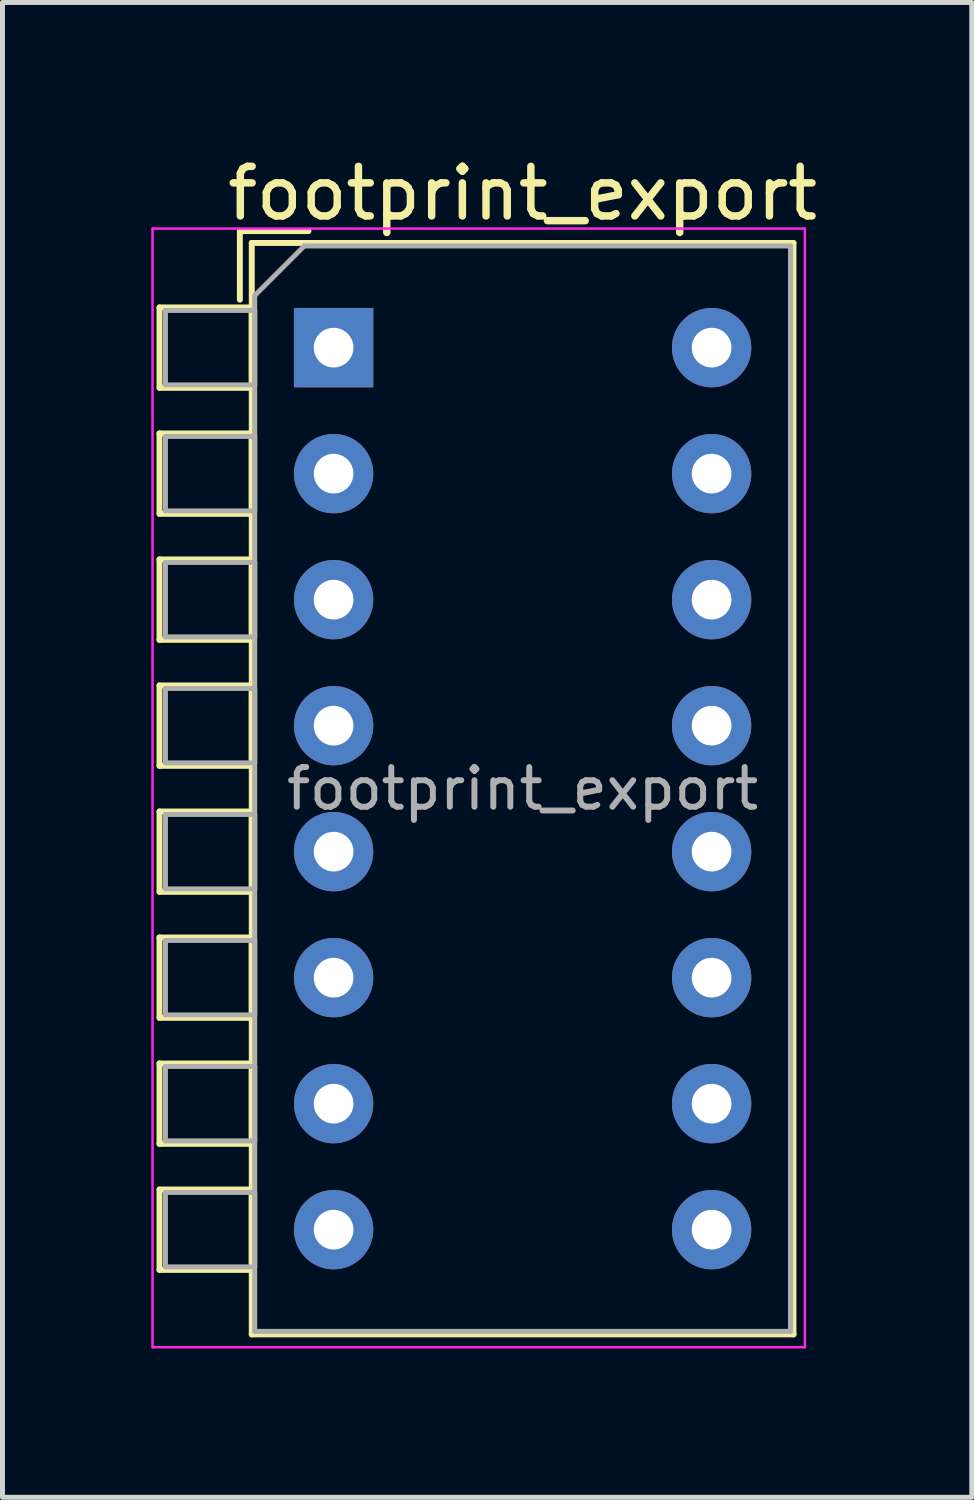
<source format=kicad_pcb>
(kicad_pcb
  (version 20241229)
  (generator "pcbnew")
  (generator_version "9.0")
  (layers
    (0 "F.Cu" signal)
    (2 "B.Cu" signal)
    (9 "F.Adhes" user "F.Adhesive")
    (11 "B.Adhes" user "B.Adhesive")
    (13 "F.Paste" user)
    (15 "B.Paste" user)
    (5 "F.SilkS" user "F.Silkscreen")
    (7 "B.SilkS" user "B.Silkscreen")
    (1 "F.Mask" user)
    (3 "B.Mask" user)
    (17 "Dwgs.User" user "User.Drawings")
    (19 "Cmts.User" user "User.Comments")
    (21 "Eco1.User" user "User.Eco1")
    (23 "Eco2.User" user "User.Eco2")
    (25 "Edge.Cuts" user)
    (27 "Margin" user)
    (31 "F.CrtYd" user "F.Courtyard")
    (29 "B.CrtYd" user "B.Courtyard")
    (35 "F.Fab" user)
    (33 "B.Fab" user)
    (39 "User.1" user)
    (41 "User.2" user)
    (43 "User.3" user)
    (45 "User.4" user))
  (footprint "footprint_export"
    (layer "F.Cu")
    (at 3.675 3.958)
    (property "Reference" "footprint_export" (at 3.81 -3.11 0) (layer "F.SilkS") (effects (font (size 1 1) (thickness 0.15))))
    (attr through_hole)
    (fp_line (start -3.51 -0.81) (end -3.51 0.81) (stroke (width 0.12) (type solid)) (layer "F.SilkS"))
    (fp_line (start -3.51 -0.81) (end -1.65 -0.81) (stroke (width 0.12) (type solid)) (layer "F.SilkS"))
    (fp_line (start -3.51 0.81) (end -1.65 0.81) (stroke (width 0.12) (type solid)) (layer "F.SilkS"))
    (fp_line (start -3.51 1.73) (end -3.51 3.35) (stroke (width 0.12) (type solid)) (layer "F.SilkS"))
    (fp_line (start -3.51 1.73) (end -1.65 1.73) (stroke (width 0.12) (type solid)) (layer "F.SilkS"))
    (fp_line (start -3.51 3.35) (end -1.65 3.35) (stroke (width 0.12) (type solid)) (layer "F.SilkS"))
    (fp_line (start -3.51 4.27) (end -3.51 5.89) (stroke (width 0.12) (type solid)) (layer "F.SilkS"))
    (fp_line (start -3.51 4.27) (end -1.65 4.27) (stroke (width 0.12) (type solid)) (layer "F.SilkS"))
    (fp_line (start -3.51 5.89) (end -1.65 5.89) (stroke (width 0.12) (type solid)) (layer "F.SilkS"))
    (fp_line (start -3.51 6.81) (end -3.51 8.43) (stroke (width 0.12) (type solid)) (layer "F.SilkS"))
    (fp_line (start -3.51 6.81) (end -1.65 6.81) (stroke (width 0.12) (type solid)) (layer "F.SilkS"))
    (fp_line (start -3.51 8.43) (end -1.65 8.43) (stroke (width 0.12) (type solid)) (layer "F.SilkS"))
    (fp_line (start -3.51 9.35) (end -3.51 10.97) (stroke (width 0.12) (type solid)) (layer "F.SilkS"))
    (fp_line (start -3.51 9.35) (end -1.65 9.35) (stroke (width 0.12) (type solid)) (layer "F.SilkS"))
    (fp_line (start -3.51 10.97) (end -1.65 10.97) (stroke (width 0.12) (type solid)) (layer "F.SilkS"))
    (fp_line (start -3.51 11.89) (end -3.51 13.51) (stroke (width 0.12) (type solid)) (layer "F.SilkS"))
    (fp_line (start -3.51 11.89) (end -1.65 11.89) (stroke (width 0.12) (type solid)) (layer "F.SilkS"))
    (fp_line (start -3.51 13.51) (end -1.65 13.51) (stroke (width 0.12) (type solid)) (layer "F.SilkS"))
    (fp_line (start -3.51 14.43) (end -3.51 16.05) (stroke (width 0.12) (type solid)) (layer "F.SilkS"))
    (fp_line (start -3.51 14.43) (end -1.65 14.43) (stroke (width 0.12) (type solid)) (layer "F.SilkS"))
    (fp_line (start -3.51 16.05) (end -1.65 16.05) (stroke (width 0.12) (type solid)) (layer "F.SilkS"))
    (fp_line (start -3.51 16.971) (end -3.51 18.591) (stroke (width 0.12) (type solid)) (layer "F.SilkS"))
    (fp_line (start -3.51 16.971) (end -1.65 16.971) (stroke (width 0.12) (type solid)) (layer "F.SilkS"))
    (fp_line (start -3.51 18.591) (end -1.65 18.591) (stroke (width 0.12) (type solid)) (layer "F.SilkS"))
    (fp_line (start -1.89 -2.35) (end -1.89 -0.967) (stroke (width 0.12) (type solid)) (layer "F.SilkS"))
    (fp_line (start -1.89 -2.35) (end -0.507 -2.35) (stroke (width 0.12) (type solid)) (layer "F.SilkS"))
    (fp_line (start -1.65 -2.11) (end -1.65 19.891) (stroke (width 0.12) (type solid)) (layer "F.SilkS"))
    (fp_line (start -1.65 -2.11) (end 9.27 -2.11) (stroke (width 0.12) (type solid)) (layer "F.SilkS"))
    (fp_line (start -1.65 -0.81) (end -1.65 0.81) (stroke (width 0.12) (type solid)) (layer "F.SilkS"))
    (fp_line (start -1.65 1.73) (end -1.65 3.35) (stroke (width 0.12) (type solid)) (layer "F.SilkS"))
    (fp_line (start -1.65 4.27) (end -1.65 5.89) (stroke (width 0.12) (type solid)) (layer "F.SilkS"))
    (fp_line (start -1.65 6.81) (end -1.65 8.43) (stroke (width 0.12) (type solid)) (layer "F.SilkS"))
    (fp_line (start -1.65 9.35) (end -1.65 10.97) (stroke (width 0.12) (type solid)) (layer "F.SilkS"))
    (fp_line (start -1.65 11.89) (end -1.65 13.51) (stroke (width 0.12) (type solid)) (layer "F.SilkS"))
    (fp_line (start -1.65 14.43) (end -1.65 16.05) (stroke (width 0.12) (type solid)) (layer "F.SilkS"))
    (fp_line (start -1.65 16.971) (end -1.65 18.591) (stroke (width 0.12) (type solid)) (layer "F.SilkS"))
    (fp_line (start -1.65 19.891) (end 9.27 19.891) (stroke (width 0.12) (type solid)) (layer "F.SilkS"))
    (fp_line (start 9.27 -2.11) (end 9.27 19.891) (stroke (width 0.12) (type solid)) (layer "F.SilkS"))
    (fp_line (start -3.65 -2.4) (end -3.65 20.15) (stroke (width 0.05) (type solid)) (layer "F.CrtYd"))
    (fp_line (start -3.65 20.15) (end 9.5 20.15) (stroke (width 0.05) (type solid)) (layer "F.CrtYd"))
    (fp_line (start 9.5 -2.4) (end -3.65 -2.4) (stroke (width 0.05) (type solid)) (layer "F.CrtYd"))
    (fp_line (start 9.5 20.15) (end 9.5 -2.4) (stroke (width 0.05) (type solid)) (layer "F.CrtYd"))
    (fp_line (start -3.39 -0.75) (end -1.59 -0.75) (stroke (width 0.1) (type solid)) (layer "F.Fab"))
    (fp_line (start -3.39 0.75) (end -3.39 -0.75) (stroke (width 0.1) (type solid)) (layer "F.Fab"))
    (fp_line (start -3.39 1.79) (end -1.59 1.79) (stroke (width 0.1) (type solid)) (layer "F.Fab"))
    (fp_line (start -3.39 3.29) (end -3.39 1.79) (stroke (width 0.1) (type solid)) (layer "F.Fab"))
    (fp_line (start -3.39 4.33) (end -1.59 4.33) (stroke (width 0.1) (type solid)) (layer "F.Fab"))
    (fp_line (start -3.39 5.83) (end -3.39 4.33) (stroke (width 0.1) (type solid)) (layer "F.Fab"))
    (fp_line (start -3.39 6.87) (end -1.59 6.87) (stroke (width 0.1) (type solid)) (layer "F.Fab"))
    (fp_line (start -3.39 8.37) (end -3.39 6.87) (stroke (width 0.1) (type solid)) (layer "F.Fab"))
    (fp_line (start -3.39 9.41) (end -1.59 9.41) (stroke (width 0.1) (type solid)) (layer "F.Fab"))
    (fp_line (start -3.39 10.91) (end -3.39 9.41) (stroke (width 0.1) (type solid)) (layer "F.Fab"))
    (fp_line (start -3.39 11.95) (end -1.59 11.95) (stroke (width 0.1) (type solid)) (layer "F.Fab"))
    (fp_line (start -3.39 13.45) (end -3.39 11.95) (stroke (width 0.1) (type solid)) (layer "F.Fab"))
    (fp_line (start -3.39 14.49) (end -1.59 14.49) (stroke (width 0.1) (type solid)) (layer "F.Fab"))
    (fp_line (start -3.39 15.99) (end -3.39 14.49) (stroke (width 0.1) (type solid)) (layer "F.Fab"))
    (fp_line (start -3.39 17.03) (end -1.59 17.03) (stroke (width 0.1) (type solid)) (layer "F.Fab"))
    (fp_line (start -3.39 18.53) (end -3.39 17.03) (stroke (width 0.1) (type solid)) (layer "F.Fab"))
    (fp_line (start -1.59 -1.05) (end -0.59 -2.05) (stroke (width 0.1) (type solid)) (layer "F.Fab"))
    (fp_line (start -1.59 -0.75) (end -1.59 0.75) (stroke (width 0.1) (type solid)) (layer "F.Fab"))
    (fp_line (start -1.59 0.75) (end -3.39 0.75) (stroke (width 0.1) (type solid)) (layer "F.Fab"))
    (fp_line (start -1.59 1.79) (end -1.59 3.29) (stroke (width 0.1) (type solid)) (layer "F.Fab"))
    (fp_line (start -1.59 3.29) (end -3.39 3.29) (stroke (width 0.1) (type solid)) (layer "F.Fab"))
    (fp_line (start -1.59 4.33) (end -1.59 5.83) (stroke (width 0.1) (type solid)) (layer "F.Fab"))
    (fp_line (start -1.59 5.83) (end -3.39 5.83) (stroke (width 0.1) (type solid)) (layer "F.Fab"))
    (fp_line (start -1.59 6.87) (end -1.59 8.37) (stroke (width 0.1) (type solid)) (layer "F.Fab"))
    (fp_line (start -1.59 8.37) (end -3.39 8.37) (stroke (width 0.1) (type solid)) (layer "F.Fab"))
    (fp_line (start -1.59 9.41) (end -1.59 10.91) (stroke (width 0.1) (type solid)) (layer "F.Fab"))
    (fp_line (start -1.59 10.91) (end -3.39 10.91) (stroke (width 0.1) (type solid)) (layer "F.Fab"))
    (fp_line (start -1.59 11.95) (end -1.59 13.45) (stroke (width 0.1) (type solid)) (layer "F.Fab"))
    (fp_line (start -1.59 13.45) (end -3.39 13.45) (stroke (width 0.1) (type solid)) (layer "F.Fab"))
    (fp_line (start -1.59 14.49) (end -1.59 15.99) (stroke (width 0.1) (type solid)) (layer "F.Fab"))
    (fp_line (start -1.59 15.99) (end -3.39 15.99) (stroke (width 0.1) (type solid)) (layer "F.Fab"))
    (fp_line (start -1.59 17.03) (end -1.59 18.53) (stroke (width 0.1) (type solid)) (layer "F.Fab"))
    (fp_line (start -1.59 18.53) (end -3.39 18.53) (stroke (width 0.1) (type solid)) (layer "F.Fab"))
    (fp_line (start -1.59 19.83) (end -1.59 -1.05) (stroke (width 0.1) (type solid)) (layer "F.Fab"))
    (fp_line (start -0.59 -2.05) (end 9.21 -2.05) (stroke (width 0.1) (type solid)) (layer "F.Fab"))
    (fp_line (start 9.21 -2.05) (end 9.21 19.83) (stroke (width 0.1) (type solid)) (layer "F.Fab"))
    (fp_line (start 9.21 19.83) (end -1.59 19.83) (stroke (width 0.1) (type solid)) (layer "F.Fab"))
    (fp_text user "${REFERENCE}" (at 3.81 8.89 0) (layer "F.Fab") (effects (font (size 0.8 0.8) (thickness 0.12))))
    (pad "1" thru_hole rect (at 0 0) (size 1.6 1.6) (drill 0.8) (layers "*.Cu" "*.Mask"))
    (pad "2" thru_hole oval (at 0 2.54) (size 1.6 1.6) (drill 0.8) (layers "*.Cu" "*.Mask"))
    (pad "3" thru_hole oval (at 0 5.08) (size 1.6 1.6) (drill 0.8) (layers "*.Cu" "*.Mask"))
    (pad "4" thru_hole oval (at 0 7.62) (size 1.6 1.6) (drill 0.8) (layers "*.Cu" "*.Mask"))
    (pad "5" thru_hole oval (at 0 10.16) (size 1.6 1.6) (drill 0.8) (layers "*.Cu" "*.Mask"))
    (pad "6" thru_hole oval (at 0 12.7) (size 1.6 1.6) (drill 0.8) (layers "*.Cu" "*.Mask"))
    (pad "7" thru_hole oval (at 0 15.24) (size 1.6 1.6) (drill 0.8) (layers "*.Cu" "*.Mask"))
    (pad "8" thru_hole oval (at 0 17.78) (size 1.6 1.6) (drill 0.8) (layers "*.Cu" "*.Mask"))
    (pad "9" thru_hole oval (at 7.62 17.78) (size 1.6 1.6) (drill 0.8) (layers "*.Cu" "*.Mask"))
    (pad "10" thru_hole oval (at 7.62 15.24) (size 1.6 1.6) (drill 0.8) (layers "*.Cu" "*.Mask"))
    (pad "11" thru_hole oval (at 7.62 12.7) (size 1.6 1.6) (drill 0.8) (layers "*.Cu" "*.Mask"))
    (pad "12" thru_hole oval (at 7.62 10.16) (size 1.6 1.6) (drill 0.8) (layers "*.Cu" "*.Mask"))
    (pad "13" thru_hole oval (at 7.62 7.62) (size 1.6 1.6) (drill 0.8) (layers "*.Cu" "*.Mask"))
    (pad "14" thru_hole oval (at 7.62 5.08) (size 1.6 1.6) (drill 0.8) (layers "*.Cu" "*.Mask"))
    (pad "15" thru_hole oval (at 7.62 2.54) (size 1.6 1.6) (drill 0.8) (layers "*.Cu" "*.Mask"))
    (pad "16" thru_hole oval (at 7.62 0) (size 1.6 1.6) (drill 0.8) (layers "*.Cu" "*.Mask")))
  (gr_rect
    (start -3 -3)
    (end 16.539 27.133)
    (stroke (width 0.1) (type default))
    (fill no)
    (layer "Edge.Cuts")))
</source>
